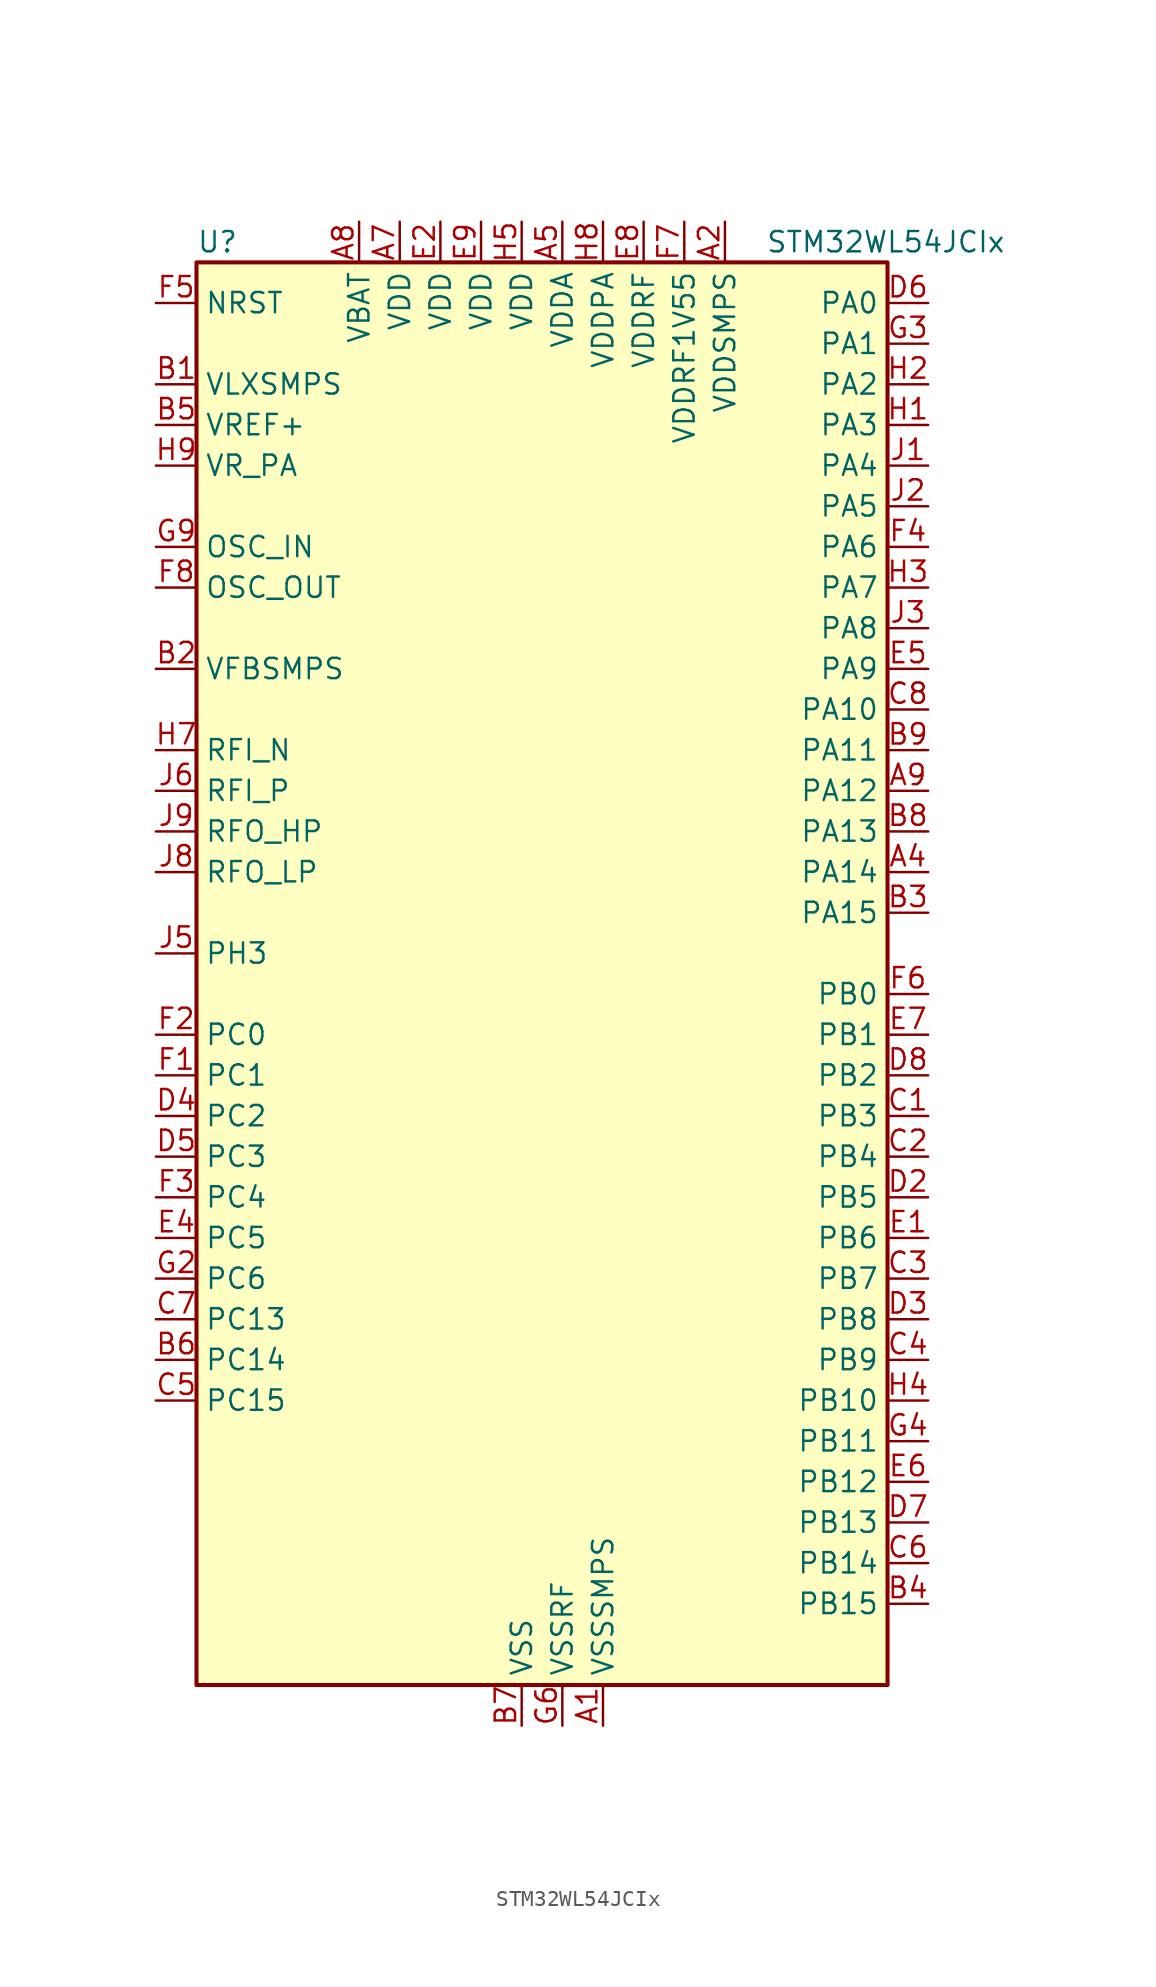
<source format=kicad_sym>
(kicad_symbol_lib
  (version 20231120)
  (generator "kicad_symbol_editor")
  (generator_version "8.0")
  (symbol "STM32WL54JCIx"
    (property "Reference" "U"
      (at -20.32 46.99 0)
      (effects (font (size 1.27 1.27)) (justify left)))
    (property "Value" "STM32WL54JCIx"
      (at 15.24 46.99 0)
      (effects (font (size 1.27 1.27)) (justify left)))
    (property "ki_locked" ""
      (at 0 0 0)
      (effects (font (size 1.27 1.27))))
    (symbol "STM32WL54JCIx_0_1"
      (rectangle (start -20.32 -43.18) (end 22.86 45.72) (stroke (width 0.254) (type default)) (fill (type background))))
    (symbol "STM32WL54JCIx_1_1"
      (pin power_in line (at 5.08 -45.72 90) (length 2.54) (name "VSSSMPS" (effects (font (size 1.27 1.27)))) (number "A1" (effects (font (size 1.27 1.27)))))
      (pin power_in line (at 12.7 48.26 270) (length 2.54) (name "VDDSMPS" (effects (font (size 1.27 1.27)))) (number "A2" (effects (font (size 1.27 1.27)))))
      (pin bidirectional line (at 25.4 7.62 180) (length 2.54) (name "PA14" (effects (font (size 1.27 1.27)))) (number "A4" (effects (font (size 1.27 1.27)))) (alternate "ADC_IN10" bidirectional line) (alternate "DEBUG_JTCK-SWCLK" bidirectional line) (alternate "I2C1_SMBA" bidirectional line) (alternate "LPTIM1_OUT" bidirectional line))
      (pin power_in line (at 2.54 48.26 270) (length 2.54) (name "VDDA" (effects (font (size 1.27 1.27)))) (number "A5" (effects (font (size 1.27 1.27)))))
      (pin power_in line (at -7.62 48.26 270) (length 2.54) (name "VDD" (effects (font (size 1.27 1.27)))) (number "A7" (effects (font (size 1.27 1.27)))))
      (pin power_in line (at -10.16 48.26 270) (length 2.54) (name "VBAT" (effects (font (size 1.27 1.27)))) (number "A8" (effects (font (size 1.27 1.27)))))
      (pin bidirectional line (at 25.4 12.7 180) (length 2.54) (name "PA12" (effects (font (size 1.27 1.27)))) (number "A9" (effects (font (size 1.27 1.27)))) (alternate "ADC_IN8" bidirectional line) (alternate "DEBUG_RF-BUSY" bidirectional line) (alternate "I2C2_SCL" bidirectional line) (alternate "LPTIM3_IN1" bidirectional line) (alternate "SPI1_MOSI" bidirectional line) (alternate "TIM1_ETR" bidirectional line) (alternate "USART1_DE" bidirectional line) (alternate "USART1_RTS" bidirectional line))
      (pin power_in line (at -22.86 38.1 0) (length 2.54) (name "VLXSMPS" (effects (font (size 1.27 1.27)))) (number "B1" (effects (font (size 1.27 1.27)))))
      (pin input line (at -22.86 20.32 0) (length 2.54) (name "VFBSMPS" (effects (font (size 1.27 1.27)))) (number "B2" (effects (font (size 1.27 1.27)))))
      (pin bidirectional line (at 25.4 5.08 180) (length 2.54) (name "PA15" (effects (font (size 1.27 1.27)))) (number "B3" (effects (font (size 1.27 1.27)))) (alternate "ADC_IN11" bidirectional line) (alternate "COMP1_INM" bidirectional line) (alternate "COMP2_INP" bidirectional line) (alternate "DEBUG_JTDI" bidirectional line) (alternate "I2C2_SDA" bidirectional line) (alternate "SPI1_NSS" bidirectional line) (alternate "TIM2_CH1" bidirectional line) (alternate "TIM2_ETR" bidirectional line))
      (pin bidirectional line (at 25.4 -38.1 180) (length 2.54) (name "PB15" (effects (font (size 1.27 1.27)))) (number "B4" (effects (font (size 1.27 1.27)))) (alternate "I2C2_SCL" bidirectional line) (alternate "I2S2_SD" bidirectional line) (alternate "SPI2_MOSI" bidirectional line) (alternate "TIM1_CH3N" bidirectional line))
      (pin input line (at -22.86 35.56 0) (length 2.54) (name "VREF+" (effects (font (size 1.27 1.27)))) (number "B5" (effects (font (size 1.27 1.27)))) (alternate "VREFBUF_OUT" bidirectional line))
      (pin bidirectional line (at -22.86 -22.86 0) (length 2.54) (name "PC14" (effects (font (size 1.27 1.27)))) (number "B6" (effects (font (size 1.27 1.27)))) (alternate "RCC_OSC32_IN" bidirectional line))
      (pin power_in line (at 0 -45.72 90) (length 2.54) (name "VSS" (effects (font (size 1.27 1.27)))) (number "B7" (effects (font (size 1.27 1.27)))))
      (pin bidirectional line (at 25.4 10.16 180) (length 2.54) (name "PA13" (effects (font (size 1.27 1.27)))) (number "B8" (effects (font (size 1.27 1.27)))) (alternate "ADC_IN9" bidirectional line) (alternate "DEBUG_JTMS-SWDIO" bidirectional line) (alternate "I2C2_SMBA" bidirectional line) (alternate "IR_OUT" bidirectional line))
      (pin bidirectional line (at 25.4 15.24 180) (length 2.54) (name "PA11" (effects (font (size 1.27 1.27)))) (number "B9" (effects (font (size 1.27 1.27)))) (alternate "ADC_EXTI11" bidirectional line) (alternate "ADC_IN7" bidirectional line) (alternate "COMP1_INM" bidirectional line) (alternate "COMP2_INM" bidirectional line) (alternate "DEBUG_RF-NRESET" bidirectional line) (alternate "I2C2_SDA" bidirectional line) (alternate "LPTIM3_ETR" bidirectional line) (alternate "SPI1_MISO" bidirectional line) (alternate "TIM1_BKIN2" bidirectional line) (alternate "TIM1_CH4" bidirectional line) (alternate "USART1_CTS" bidirectional line) (alternate "USART1_NSS" bidirectional line))
      (pin bidirectional line (at 25.4 -7.62 180) (length 2.54) (name "PB3" (effects (font (size 1.27 1.27)))) (number "C1" (effects (font (size 1.27 1.27)))) (alternate "ADC_IN2" bidirectional line) (alternate "COMP1_INM" bidirectional line) (alternate "COMP2_INM" bidirectional line) (alternate "DEBUG_JTDO-SWO" bidirectional line) (alternate "DEBUG_RF-DTB1" bidirectional line) (alternate "PWR_WKUP3" bidirectional line) (alternate "RTC_TAMP_IN3" bidirectional line) (alternate "SPI1_SCK" bidirectional line) (alternate "TIM2_CH2" bidirectional line) (alternate "USART1_DE" bidirectional line) (alternate "USART1_RTS" bidirectional line))
      (pin bidirectional line (at 25.4 -10.16 180) (length 2.54) (name "PB4" (effects (font (size 1.27 1.27)))) (number "C2" (effects (font (size 1.27 1.27)))) (alternate "ADC_IN3" bidirectional line) (alternate "COMP1_INP" bidirectional line) (alternate "COMP2_INP" bidirectional line) (alternate "DEBUG_JTRST" bidirectional line) (alternate "DEBUG_RF-LDORDY" bidirectional line) (alternate "I2C3_SDA" bidirectional line) (alternate "SPI1_MISO" bidirectional line) (alternate "TIM17_BKIN" bidirectional line) (alternate "USART1_CTS" bidirectional line) (alternate "USART1_NSS" bidirectional line))
      (pin bidirectional line (at 25.4 -17.78 180) (length 2.54) (name "PB7" (effects (font (size 1.27 1.27)))) (number "C3" (effects (font (size 1.27 1.27)))) (alternate "I2C1_SDA" bidirectional line) (alternate "LPTIM1_IN2" bidirectional line) (alternate "PWR_PVD_IN" bidirectional line) (alternate "TIM17_CH1N" bidirectional line) (alternate "TIM1_BKIN" bidirectional line) (alternate "USART1_RX" bidirectional line))
      (pin bidirectional line (at 25.4 -22.86 180) (length 2.54) (name "PB9" (effects (font (size 1.27 1.27)))) (number "C4" (effects (font (size 1.27 1.27)))) (alternate "DAC_EXTI9" bidirectional line) (alternate "I2C1_SDA" bidirectional line) (alternate "I2S2_WS" bidirectional line) (alternate "IR_OUT" bidirectional line) (alternate "SPI2_NSS" bidirectional line) (alternate "TIM17_CH1" bidirectional line) (alternate "TIM1_CH3N" bidirectional line))
      (pin bidirectional line (at -22.86 -25.4 0) (length 2.54) (name "PC15" (effects (font (size 1.27 1.27)))) (number "C5" (effects (font (size 1.27 1.27)))) (alternate "RCC_OSC32_OUT" bidirectional line))
      (pin bidirectional line (at 25.4 -35.56 180) (length 2.54) (name "PB14" (effects (font (size 1.27 1.27)))) (number "C6" (effects (font (size 1.27 1.27)))) (alternate "ADC_IN1" bidirectional line) (alternate "I2C3_SDA" bidirectional line) (alternate "I2S2_MCK" bidirectional line) (alternate "SPI2_MISO" bidirectional line) (alternate "TIM1_CH2N" bidirectional line))
      (pin bidirectional line (at -22.86 -20.32 0) (length 2.54) (name "PC13" (effects (font (size 1.27 1.27)))) (number "C7" (effects (font (size 1.27 1.27)))) (alternate "PWR_WKUP2" bidirectional line) (alternate "RTC_OUT1" bidirectional line) (alternate "RTC_TAMP_IN1" bidirectional line) (alternate "RTC_TS" bidirectional line))
      (pin bidirectional line (at 25.4 17.78 180) (length 2.54) (name "PA10" (effects (font (size 1.27 1.27)))) (number "C8" (effects (font (size 1.27 1.27)))) (alternate "ADC_IN6" bidirectional line) (alternate "COMP1_INM" bidirectional line) (alternate "COMP2_INM" bidirectional line) (alternate "DAC_OUT1" bidirectional line) (alternate "DEBUG_RF-HSE32RDY" bidirectional line) (alternate "I2C1_SDA" bidirectional line) (alternate "I2S2_SD" bidirectional line) (alternate "RTC_REFIN" bidirectional line) (alternate "SPI2_MOSI" bidirectional line) (alternate "TIM17_BKIN" bidirectional line) (alternate "TIM1_CH3" bidirectional line) (alternate "USART1_RX" bidirectional line))
      (pin bidirectional line (at 25.4 -12.7 180) (length 2.54) (name "PB5" (effects (font (size 1.27 1.27)))) (number "D2" (effects (font (size 1.27 1.27)))) (alternate "COMP2_OUT" bidirectional line) (alternate "I2C1_SMBA" bidirectional line) (alternate "LPTIM1_IN1" bidirectional line) (alternate "SPI1_MOSI" bidirectional line) (alternate "TIM16_BKIN" bidirectional line) (alternate "USART1_CK" bidirectional line))
      (pin bidirectional line (at 25.4 -20.32 180) (length 2.54) (name "PB8" (effects (font (size 1.27 1.27)))) (number "D3" (effects (font (size 1.27 1.27)))) (alternate "I2C1_SCL" bidirectional line) (alternate "TIM16_CH1" bidirectional line) (alternate "TIM1_CH2N" bidirectional line))
      (pin bidirectional line (at -22.86 -7.62 0) (length 2.54) (name "PC2" (effects (font (size 1.27 1.27)))) (number "D4" (effects (font (size 1.27 1.27)))) (alternate "LPTIM1_IN2" bidirectional line) (alternate "SPI2_MISO" bidirectional line))
      (pin bidirectional line (at -22.86 -10.16 0) (length 2.54) (name "PC3" (effects (font (size 1.27 1.27)))) (number "D5" (effects (font (size 1.27 1.27)))) (alternate "I2S2_SD" bidirectional line) (alternate "LPTIM1_ETR" bidirectional line) (alternate "LPTIM2_ETR" bidirectional line) (alternate "SPI2_MOSI" bidirectional line))
      (pin bidirectional line (at 25.4 43.18 180) (length 2.54) (name "PA0" (effects (font (size 1.27 1.27)))) (number "D6" (effects (font (size 1.27 1.27)))) (alternate "COMP1_OUT" bidirectional line) (alternate "DEBUG_PWR-REGLP1S" bidirectional line) (alternate "I2C3_SMBA" bidirectional line) (alternate "I2S_CKIN" bidirectional line) (alternate "PWR_WKUP1" bidirectional line) (alternate "RTC_TAMP_IN2" bidirectional line) (alternate "TIM2_CH1" bidirectional line) (alternate "TIM2_ETR" bidirectional line) (alternate "USART2_CTS" bidirectional line) (alternate "USART2_NSS" bidirectional line))
      (pin bidirectional line (at 25.4 -33.02 180) (length 2.54) (name "PB13" (effects (font (size 1.27 1.27)))) (number "D7" (effects (font (size 1.27 1.27)))) (alternate "ADC_IN0" bidirectional line) (alternate "I2C3_SCL" bidirectional line) (alternate "I2S2_CK" bidirectional line) (alternate "LPUART1_CTS" bidirectional line) (alternate "SPI2_SCK" bidirectional line) (alternate "TIM1_CH1N" bidirectional line))
      (pin bidirectional line (at 25.4 -5.08 180) (length 2.54) (name "PB2" (effects (font (size 1.27 1.27)))) (number "D8" (effects (font (size 1.27 1.27)))) (alternate "ADC_IN4" bidirectional line) (alternate "COMP1_INP" bidirectional line) (alternate "COMP2_INM" bidirectional line) (alternate "DEBUG_RF-SMPSRDY" bidirectional line) (alternate "I2C3_SMBA" bidirectional line) (alternate "LPTIM1_OUT" bidirectional line) (alternate "SPI1_NSS" bidirectional line))
      (pin passive line (at 0 -45.72 90) (length 2.54) hide (name "VSS" (effects (font (size 1.27 1.27)))) (number "D9" (effects (font (size 1.27 1.27)))))
      (pin bidirectional line (at 25.4 -15.24 180) (length 2.54) (name "PB6" (effects (font (size 1.27 1.27)))) (number "E1" (effects (font (size 1.27 1.27)))) (alternate "I2C1_SCL" bidirectional line) (alternate "LPTIM1_ETR" bidirectional line) (alternate "TIM16_CH1N" bidirectional line) (alternate "USART1_TX" bidirectional line))
      (pin power_in line (at -5.08 48.26 270) (length 2.54) (name "VDD" (effects (font (size 1.27 1.27)))) (number "E2" (effects (font (size 1.27 1.27)))))
      (pin passive line (at 0 -45.72 90) (length 2.54) hide (name "VSS" (effects (font (size 1.27 1.27)))) (number "E3" (effects (font (size 1.27 1.27)))))
      (pin bidirectional line (at -22.86 -15.24 0) (length 2.54) (name "PC5" (effects (font (size 1.27 1.27)))) (number "E4" (effects (font (size 1.27 1.27)))))
      (pin bidirectional line (at 25.4 20.32 180) (length 2.54) (name "PA9" (effects (font (size 1.27 1.27)))) (number "E5" (effects (font (size 1.27 1.27)))) (alternate "DAC_EXTI9" bidirectional line) (alternate "I2C1_SCL" bidirectional line) (alternate "I2S2_CK" bidirectional line) (alternate "I2S2_WS" bidirectional line) (alternate "SPI2_NSS" bidirectional line) (alternate "SPI2_SCK" bidirectional line) (alternate "TIM1_CH2" bidirectional line) (alternate "USART1_TX" bidirectional line))
      (pin bidirectional line (at 25.4 -30.48 180) (length 2.54) (name "PB12" (effects (font (size 1.27 1.27)))) (number "E6" (effects (font (size 1.27 1.27)))) (alternate "I2C3_SMBA" bidirectional line) (alternate "I2S2_WS" bidirectional line) (alternate "LPUART1_RTS" bidirectional line) (alternate "SPI2_NSS" bidirectional line) (alternate "TIM1_BKIN" bidirectional line))
      (pin bidirectional line (at 25.4 -2.54 180) (length 2.54) (name "PB1" (effects (font (size 1.27 1.27)))) (number "E7" (effects (font (size 1.27 1.27)))) (alternate "ADC_IN5" bidirectional line) (alternate "COMP2_INP" bidirectional line) (alternate "LPTIM2_IN1" bidirectional line) (alternate "LPUART1_DE" bidirectional line) (alternate "LPUART1_RTS" bidirectional line))
      (pin power_in line (at 7.62 48.26 270) (length 2.54) (name "VDDRF" (effects (font (size 1.27 1.27)))) (number "E8" (effects (font (size 1.27 1.27)))))
      (pin power_in line (at -2.54 48.26 270) (length 2.54) (name "VDD" (effects (font (size 1.27 1.27)))) (number "E9" (effects (font (size 1.27 1.27)))))
      (pin bidirectional line (at -22.86 -5.08 0) (length 2.54) (name "PC1" (effects (font (size 1.27 1.27)))) (number "F1" (effects (font (size 1.27 1.27)))) (alternate "I2C3_SDA" bidirectional line) (alternate "I2S2_SD" bidirectional line) (alternate "LPTIM1_OUT" bidirectional line) (alternate "LPUART1_TX" bidirectional line) (alternate "SPI2_MOSI" bidirectional line))
      (pin bidirectional line (at -22.86 -2.54 0) (length 2.54) (name "PC0" (effects (font (size 1.27 1.27)))) (number "F2" (effects (font (size 1.27 1.27)))) (alternate "I2C3_SCL" bidirectional line) (alternate "LPTIM1_IN1" bidirectional line) (alternate "LPTIM2_IN1" bidirectional line) (alternate "LPUART1_RX" bidirectional line))
      (pin bidirectional line (at -22.86 -12.7 0) (length 2.54) (name "PC4" (effects (font (size 1.27 1.27)))) (number "F3" (effects (font (size 1.27 1.27)))))
      (pin bidirectional line (at 25.4 27.94 180) (length 2.54) (name "PA6" (effects (font (size 1.27 1.27)))) (number "F4" (effects (font (size 1.27 1.27)))) (alternate "DEBUG_SUBGHZSPI-MISOOUT" bidirectional line) (alternate "I2C2_SMBA" bidirectional line) (alternate "LPUART1_CTS" bidirectional line) (alternate "SPI1_MISO" bidirectional line) (alternate "TIM16_CH1" bidirectional line) (alternate "TIM1_BKIN" bidirectional line))
      (pin input line (at -22.86 43.18 0) (length 2.54) (name "NRST" (effects (font (size 1.27 1.27)))) (number "F5" (effects (font (size 1.27 1.27)))))
      (pin bidirectional line (at 25.4 0 180) (length 2.54) (name "PB0" (effects (font (size 1.27 1.27)))) (number "F6" (effects (font (size 1.27 1.27)))) (alternate "COMP1_OUT" bidirectional line) (alternate "VDDTCXO" bidirectional line))
      (pin power_in line (at 10.16 48.26 270) (length 2.54) (name "VDDRF1V55" (effects (font (size 1.27 1.27)))) (number "F7" (effects (font (size 1.27 1.27)))))
      (pin input line (at -22.86 25.4 0) (length 2.54) (name "OSC_OUT" (effects (font (size 1.27 1.27)))) (number "F8" (effects (font (size 1.27 1.27)))) (alternate "RCC_OSC_OUT" bidirectional line))
      (pin bidirectional line (at -22.86 -17.78 0) (length 2.54) (name "PC6" (effects (font (size 1.27 1.27)))) (number "G2" (effects (font (size 1.27 1.27)))) (alternate "I2S2_MCK" bidirectional line))
      (pin bidirectional line (at 25.4 40.64 180) (length 2.54) (name "PA1" (effects (font (size 1.27 1.27)))) (number "G3" (effects (font (size 1.27 1.27)))) (alternate "DEBUG_PWR-REGLP2S" bidirectional line) (alternate "I2C1_SMBA" bidirectional line) (alternate "LPTIM3_OUT" bidirectional line) (alternate "LPUART1_RTS" bidirectional line) (alternate "SPI1_SCK" bidirectional line) (alternate "TIM2_CH2" bidirectional line) (alternate "USART2_DE" bidirectional line) (alternate "USART2_RTS" bidirectional line))
      (pin bidirectional line (at 25.4 -27.94 180) (length 2.54) (name "PB11" (effects (font (size 1.27 1.27)))) (number "G4" (effects (font (size 1.27 1.27)))) (alternate "ADC_EXTI11" bidirectional line) (alternate "COMP2_OUT" bidirectional line) (alternate "I2C3_SDA" bidirectional line) (alternate "LPUART1_TX" bidirectional line) (alternate "TIM2_CH4" bidirectional line))
      (pin passive line (at 0 -45.72 90) (length 2.54) hide (name "VSS" (effects (font (size 1.27 1.27)))) (number "G5" (effects (font (size 1.27 1.27)))))
      (pin power_in line (at 2.54 -45.72 90) (length 2.54) (name "VSSRF" (effects (font (size 1.27 1.27)))) (number "G6" (effects (font (size 1.27 1.27)))))
      (pin passive line (at 2.54 -45.72 90) (length 2.54) hide (name "VSSRF" (effects (font (size 1.27 1.27)))) (number "G7" (effects (font (size 1.27 1.27)))))
      (pin passive line (at 2.54 -45.72 90) (length 2.54) hide (name "VSSRF" (effects (font (size 1.27 1.27)))) (number "G8" (effects (font (size 1.27 1.27)))))
      (pin input line (at -22.86 27.94 0) (length 2.54) (name "OSC_IN" (effects (font (size 1.27 1.27)))) (number "G9" (effects (font (size 1.27 1.27)))) (alternate "RCC_OSC_IN" bidirectional line))
      (pin bidirectional line (at 25.4 35.56 180) (length 2.54) (name "PA3" (effects (font (size 1.27 1.27)))) (number "H1" (effects (font (size 1.27 1.27)))) (alternate "I2S2_MCK" bidirectional line) (alternate "LPUART1_RX" bidirectional line) (alternate "TIM2_CH4" bidirectional line) (alternate "USART2_RX" bidirectional line))
      (pin bidirectional line (at 25.4 38.1 180) (length 2.54) (name "PA2" (effects (font (size 1.27 1.27)))) (number "H2" (effects (font (size 1.27 1.27)))) (alternate "COMP2_OUT" bidirectional line) (alternate "DEBUG_PWR-LDORDY" bidirectional line) (alternate "LPUART1_TX" bidirectional line) (alternate "RCC_LSCO" bidirectional line) (alternate "TIM2_CH3" bidirectional line) (alternate "USART2_TX" bidirectional line))
      (pin bidirectional line (at 25.4 25.4 180) (length 2.54) (name "PA7" (effects (font (size 1.27 1.27)))) (number "H3" (effects (font (size 1.27 1.27)))) (alternate "COMP2_OUT" bidirectional line) (alternate "DEBUG_SUBGHZSPI-MOSIOUT" bidirectional line) (alternate "I2C3_SCL" bidirectional line) (alternate "SPI1_MOSI" bidirectional line) (alternate "TIM17_CH1" bidirectional line) (alternate "TIM1_CH1N" bidirectional line))
      (pin bidirectional line (at 25.4 -25.4 180) (length 2.54) (name "PB10" (effects (font (size 1.27 1.27)))) (number "H4" (effects (font (size 1.27 1.27)))) (alternate "COMP1_OUT" bidirectional line) (alternate "I2C3_SCL" bidirectional line) (alternate "I2S2_CK" bidirectional line) (alternate "LPUART1_RX" bidirectional line) (alternate "SPI2_SCK" bidirectional line) (alternate "TIM2_CH3" bidirectional line))
      (pin power_in line (at 0 48.26 270) (length 2.54) (name "VDD" (effects (font (size 1.27 1.27)))) (number "H5" (effects (font (size 1.27 1.27)))))
      (pin passive line (at 2.54 -45.72 90) (length 2.54) hide (name "VSSRF" (effects (font (size 1.27 1.27)))) (number "H6" (effects (font (size 1.27 1.27)))))
      (pin bidirectional line (at -22.86 15.24 0) (length 2.54) (name "RFI_N" (effects (font (size 1.27 1.27)))) (number "H7" (effects (font (size 1.27 1.27)))))
      (pin power_in line (at 5.08 48.26 270) (length 2.54) (name "VDDPA" (effects (font (size 1.27 1.27)))) (number "H8" (effects (font (size 1.27 1.27)))))
      (pin power_in line (at -22.86 33.02 0) (length 2.54) (name "VR_PA" (effects (font (size 1.27 1.27)))) (number "H9" (effects (font (size 1.27 1.27)))))
      (pin bidirectional line (at 25.4 33.02 180) (length 2.54) (name "PA4" (effects (font (size 1.27 1.27)))) (number "J1" (effects (font (size 1.27 1.27)))) (alternate "DEBUG_SUBGHZSPI-NSSOUT" bidirectional line) (alternate "LPTIM1_OUT" bidirectional line) (alternate "LPTIM2_OUT" bidirectional line) (alternate "RTC_OUT2" bidirectional line) (alternate "SPI1_NSS" bidirectional line) (alternate "USART2_CK" bidirectional line))
      (pin bidirectional line (at 25.4 30.48 180) (length 2.54) (name "PA5" (effects (font (size 1.27 1.27)))) (number "J2" (effects (font (size 1.27 1.27)))) (alternate "DEBUG_SUBGHZSPI-SCKOUT" bidirectional line) (alternate "LPTIM2_ETR" bidirectional line) (alternate "SPI1_SCK" bidirectional line) (alternate "SPI2_MISO" bidirectional line) (alternate "TIM2_CH1" bidirectional line) (alternate "TIM2_ETR" bidirectional line))
      (pin bidirectional line (at 25.4 22.86 180) (length 2.54) (name "PA8" (effects (font (size 1.27 1.27)))) (number "J3" (effects (font (size 1.27 1.27)))) (alternate "I2S2_CK" bidirectional line) (alternate "LPTIM2_OUT" bidirectional line) (alternate "RCC_MCO" bidirectional line) (alternate "SPI2_SCK" bidirectional line) (alternate "TIM1_CH1" bidirectional line) (alternate "USART1_CK" bidirectional line))
      (pin bidirectional line (at -22.86 2.54 0) (length 2.54) (name "PH3" (effects (font (size 1.27 1.27)))) (number "J5" (effects (font (size 1.27 1.27)))))
      (pin bidirectional line (at -22.86 12.7 0) (length 2.54) (name "RFI_P" (effects (font (size 1.27 1.27)))) (number "J6" (effects (font (size 1.27 1.27)))))
      (pin bidirectional line (at -22.86 7.62 0) (length 2.54) (name "RFO_LP" (effects (font (size 1.27 1.27)))) (number "J8" (effects (font (size 1.27 1.27)))))
      (pin bidirectional line (at -22.86 10.16 0) (length 2.54) (name "RFO_HP" (effects (font (size 1.27 1.27)))) (number "J9" (effects (font (size 1.27 1.27))))))))
</source>
